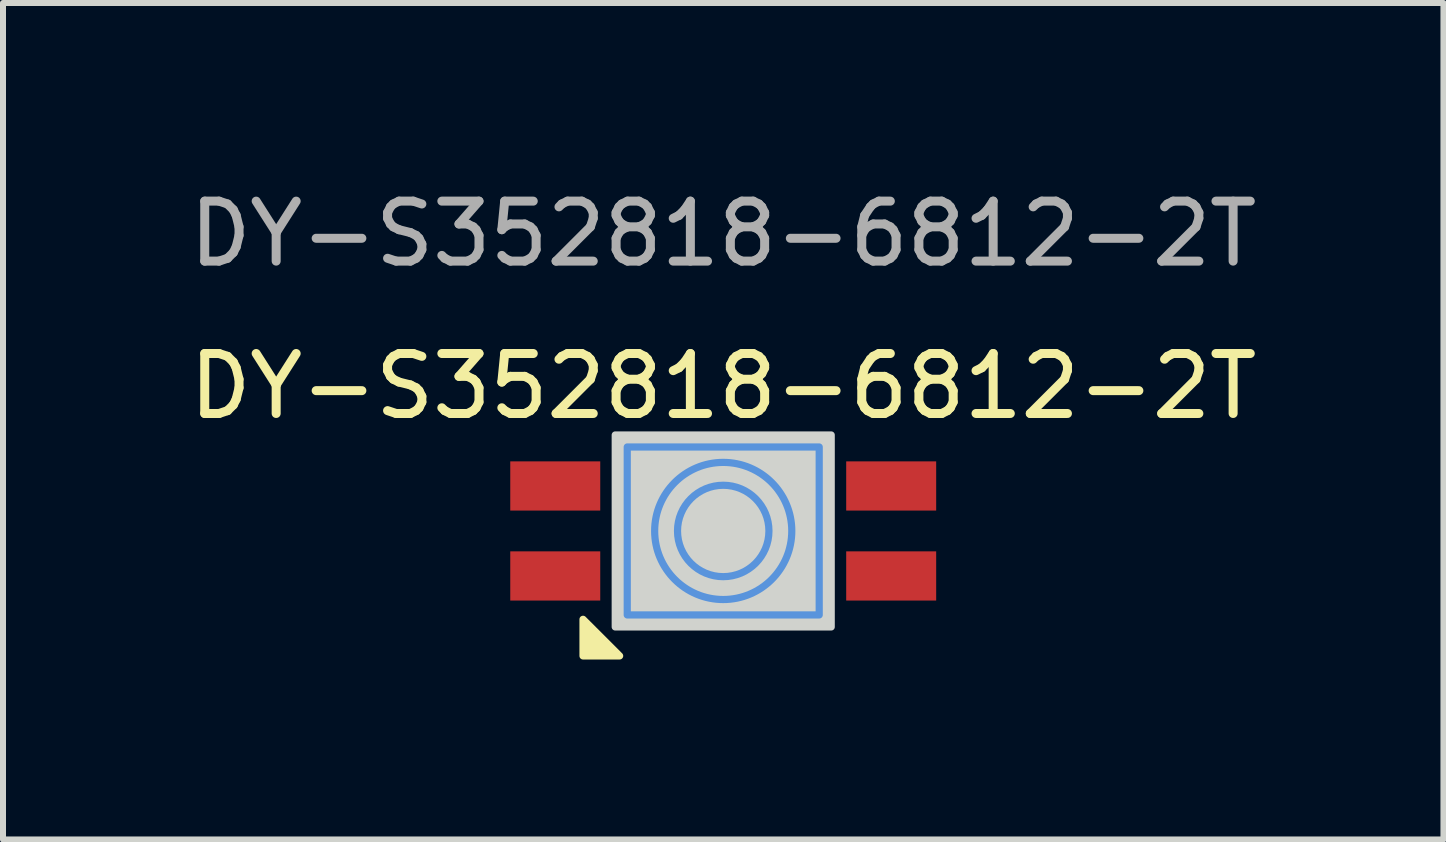
<source format=kicad_pcb>
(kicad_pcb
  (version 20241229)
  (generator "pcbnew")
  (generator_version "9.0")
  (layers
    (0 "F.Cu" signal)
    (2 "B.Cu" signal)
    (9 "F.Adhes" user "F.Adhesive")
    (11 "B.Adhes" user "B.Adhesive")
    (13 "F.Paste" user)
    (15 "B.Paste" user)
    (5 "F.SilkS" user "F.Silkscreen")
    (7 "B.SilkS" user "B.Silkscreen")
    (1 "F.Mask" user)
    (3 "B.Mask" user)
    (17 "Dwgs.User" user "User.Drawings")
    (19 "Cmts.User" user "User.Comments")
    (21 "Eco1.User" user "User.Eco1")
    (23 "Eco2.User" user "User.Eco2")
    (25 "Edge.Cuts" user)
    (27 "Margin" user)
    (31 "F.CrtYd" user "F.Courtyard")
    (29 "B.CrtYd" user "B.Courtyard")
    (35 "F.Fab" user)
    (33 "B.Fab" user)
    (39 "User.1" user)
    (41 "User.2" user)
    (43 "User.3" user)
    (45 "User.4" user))
  (footprint "DY-S352818-6812-2T"
    (layer "F.Cu")
    (at 9.006 5.801)
    (property "Reference" "DY-S352818-6812-2T" (at 0 -2.413 0) (unlocked yes) (layer "F.SilkS") (effects (font (size 1 1) (thickness 0.15))))
    (attr smd)
    (fp_poly (pts (xy -1.727 2.083) (xy -2.337 2.083) (xy -2.337 1.473)) (stroke (width 0.12) (type solid)) (fill yes) (layer "F.SilkS"))
    (fp_rect (start -1.6 -1.4) (end 1.6 1.4) (stroke (width 0.12) (type solid)) (fill no) (layer "Cmts.User"))
    (fp_circle (center 0 0) (end -1.143 0) (stroke (width 0.12) (type solid)) (fill no) (layer "Cmts.User"))
    (fp_circle (center 0 0) (end -0.762 0) (stroke (width 0.12) (type solid)) (fill no) (layer "Cmts.User"))
    (fp_rect (start 1.8 1.6) (end -1.8 -1.6) (stroke (width 0.12) (type solid)) (fill yes) (layer "Edge.Cuts"))
    (fp_text user "${REFERENCE}" (at 0 -4.953 0) (unlocked yes) (layer "F.Fab") (effects (font (size 1 1) (thickness 0.15))))
    (pad "1" smd rect (at 2.8 -0.75) (size 1.5 0.82) (layers "F.Cu" "F.Mask" "F.Paste"))
    (pad "2" smd rect (at 2.8 0.75) (size 1.5 0.82) (layers "F.Cu" "F.Mask" "F.Paste"))
    (pad "3" smd rect (at -2.8 0.75) (size 1.5 0.82) (layers "F.Cu" "F.Mask" "F.Paste"))
    (pad "4" smd rect (at -2.8 -0.75) (size 1.5 0.82) (layers "F.Cu" "F.Mask" "F.Paste"))
    (zone (net_name "") (layers "F.Cu" "F.Mask" "B.Cu" "B.Mask" "F.SilkS" "B.SilkS" "F.Adhes" "B.Adhes" "F.Paste" "B.Paste" "Edge.Cuts") (name "CUTOUT") (hatch edge 0.508) (connect_pads) (min_thickness 0.254) (filled_areas_thickness no) (keepout (tracks not_allowed) (vias not_allowed) (pads not_allowed) (copperpour not_allowed) (footprints not_allowed)) (placement (enabled no)) (fill) (polygon (pts (xy 10.806 7.401) (xy 7.206 7.401) (xy 7.206 4.201) (xy 10.806 4.201)))))
  (gr_rect
    (start -3 -3)
    (end 21.012 10.944)
    (stroke (width 0.1) (type default))
    (fill no)
    (layer "Edge.Cuts")))
</source>
